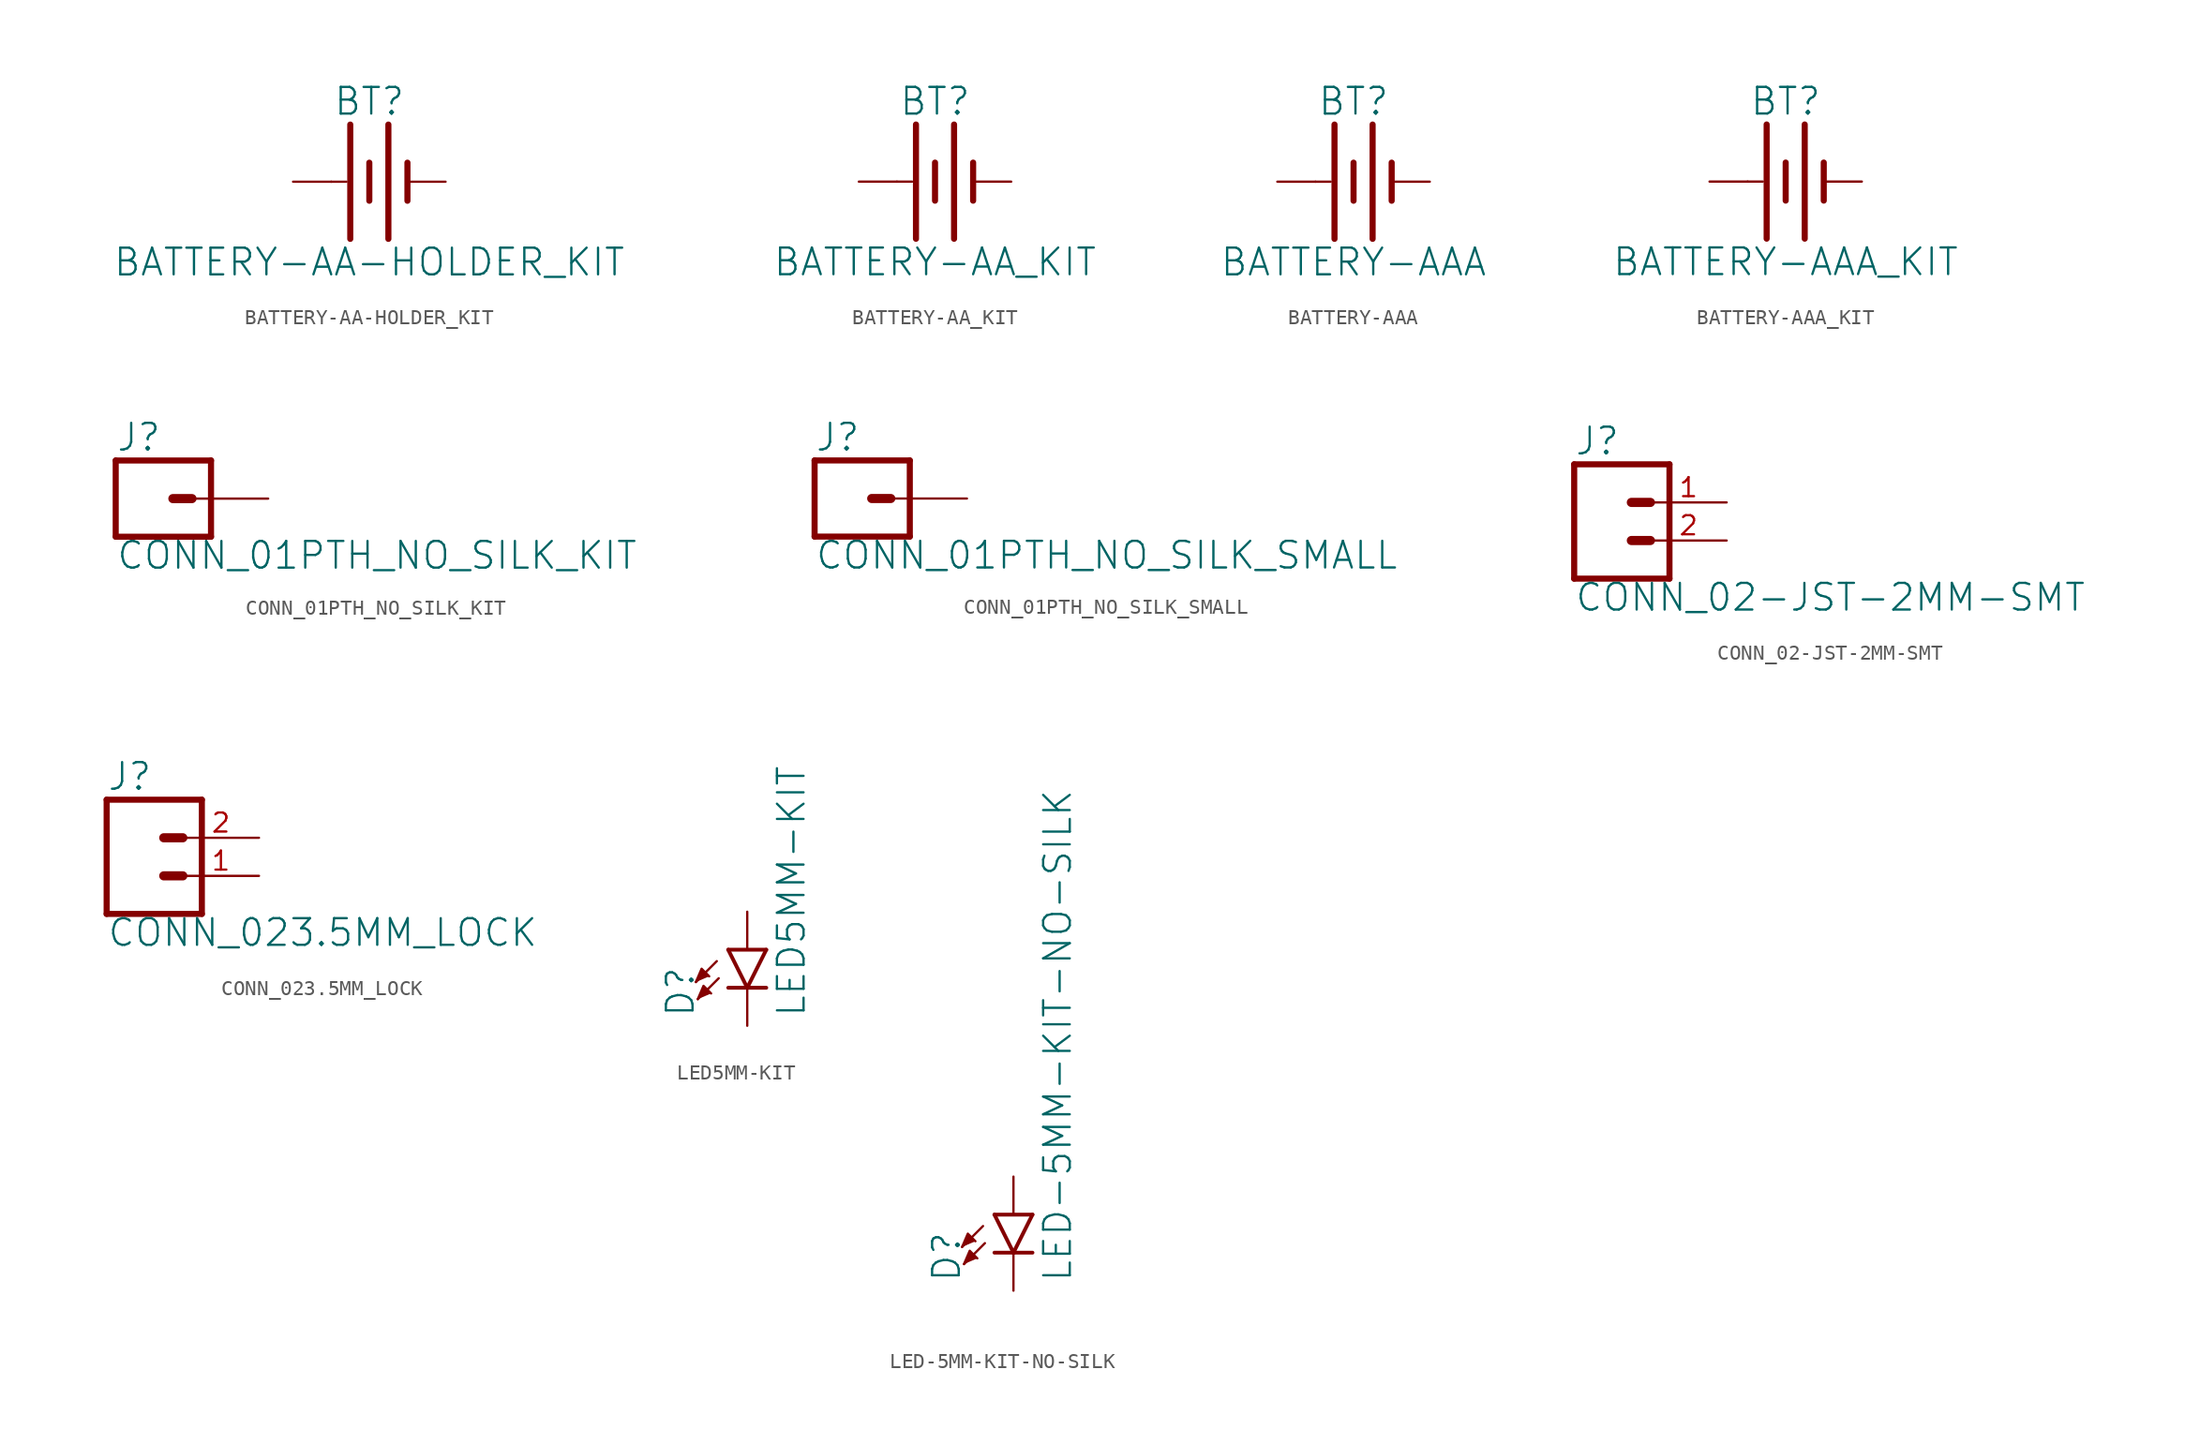
<source format=kicad_sym>
(kicad_symbol_lib
  (version 20211014)
  (generator kicad_symbol_editor)
  (symbol "BATTERY-AA-HOLDER_KIT"
    (property "Reference" "BT"
      (at 0 4.318 0)
      (effects (font (size 1.778 1.778)) (justify bottom)))
    (property "Value" "BATTERY-AA-HOLDER_KIT"
      (at 0 -4.318 0)
      (effects (font (size 1.778 1.778)) (justify top)))
    (property "ki_locked" ""
      (at 0 0 0)
      (effects (font (size 1.27 1.27))))
    (symbol "BATTERY-AA-HOLDER_KIT_1_0"
      (polyline (pts (xy -2.54 0) (xy -1.524 0)) (stroke (width 0.152) (type default) (color 0 0 0 0)) (fill (type none)))
      (polyline (pts (xy -1.27 3.81) (xy -1.27 -3.81)) (stroke (width 0.406) (type default) (color 0 0 0 0)) (fill (type none)))
      (polyline (pts (xy 0 1.27) (xy 0 -1.27)) (stroke (width 0.406) (type default) (color 0 0 0 0)) (fill (type none)))
      (polyline (pts (xy 1.27 3.81) (xy 1.27 -3.81)) (stroke (width 0.406) (type default) (color 0 0 0 0)) (fill (type none)))
      (polyline (pts (xy 2.54 1.27) (xy 2.54 -1.27)) (stroke (width 0.406) (type default) (color 0 0 0 0)) (fill (type none)))
      (pin power_in line (at 5.08 0 180) (length 2.54) (name "-" (effects (font (size 0 0)))) (number "N" (effects (font (size 0 0)))))
      (pin power_in line (at -5.08 0 0) (length 2.54) (name "+" (effects (font (size 0 0)))) (number "P" (effects (font (size 0 0)))))))
  (symbol "BATTERY-AA_KIT"
    (property "Reference" "BT"
      (at 0 4.318 0)
      (effects (font (size 1.778 1.778)) (justify bottom)))
    (property "Value" "BATTERY-AA_KIT"
      (at 0 -4.318 0)
      (effects (font (size 1.778 1.778)) (justify top)))
    (property "ki_locked" ""
      (at 0 0 0)
      (effects (font (size 1.27 1.27))))
    (symbol "BATTERY-AA_KIT_1_0"
      (polyline (pts (xy -2.54 0) (xy -1.524 0)) (stroke (width 0.152) (type default) (color 0 0 0 0)) (fill (type none)))
      (polyline (pts (xy -1.27 3.81) (xy -1.27 -3.81)) (stroke (width 0.406) (type default) (color 0 0 0 0)) (fill (type none)))
      (polyline (pts (xy 0 1.27) (xy 0 -1.27)) (stroke (width 0.406) (type default) (color 0 0 0 0)) (fill (type none)))
      (polyline (pts (xy 1.27 3.81) (xy 1.27 -3.81)) (stroke (width 0.406) (type default) (color 0 0 0 0)) (fill (type none)))
      (polyline (pts (xy 2.54 1.27) (xy 2.54 -1.27)) (stroke (width 0.406) (type default) (color 0 0 0 0)) (fill (type none)))
      (pin power_in line (at 5.08 0 180) (length 2.54) (name "-" (effects (font (size 0 0)))) (number "GND@1" (effects (font (size 0 0)))))
      (pin power_in line (at -5.08 0 0) (length 2.54) (name "+" (effects (font (size 0 0)))) (number "PWR@1" (effects (font (size 0 0)))))))
  (symbol "BATTERY-AAA"
    (property "Reference" "BT"
      (at 0 4.318 0)
      (effects (font (size 1.778 1.778)) (justify bottom)))
    (property "Value" "BATTERY-AAA"
      (at 0 -4.318 0)
      (effects (font (size 1.778 1.778)) (justify top)))
    (property "ki_locked" ""
      (at 0 0 0)
      (effects (font (size 1.27 1.27))))
    (symbol "BATTERY-AAA_1_0"
      (polyline (pts (xy -2.54 0) (xy -1.524 0)) (stroke (width 0.152) (type default) (color 0 0 0 0)) (fill (type none)))
      (polyline (pts (xy -1.27 3.81) (xy -1.27 -3.81)) (stroke (width 0.406) (type default) (color 0 0 0 0)) (fill (type none)))
      (polyline (pts (xy 0 1.27) (xy 0 -1.27)) (stroke (width 0.406) (type default) (color 0 0 0 0)) (fill (type none)))
      (polyline (pts (xy 1.27 3.81) (xy 1.27 -3.81)) (stroke (width 0.406) (type default) (color 0 0 0 0)) (fill (type none)))
      (polyline (pts (xy 2.54 1.27) (xy 2.54 -1.27)) (stroke (width 0.406) (type default) (color 0 0 0 0)) (fill (type none)))
      (pin power_in line (at 5.08 0 180) (length 2.54) (name "-" (effects (font (size 0 0)))) (number "GND@1" (effects (font (size 0 0)))))
      (pin power_in line (at -5.08 0 0) (length 2.54) (name "+" (effects (font (size 0 0)))) (number "PWR@1" (effects (font (size 0 0)))))))
  (symbol "BATTERY-AAA_KIT"
    (property "Reference" "BT"
      (at 0 4.318 0)
      (effects (font (size 1.778 1.778)) (justify bottom)))
    (property "Value" "BATTERY-AAA_KIT"
      (at 0 -4.318 0)
      (effects (font (size 1.778 1.778)) (justify top)))
    (property "ki_locked" ""
      (at 0 0 0)
      (effects (font (size 1.27 1.27))))
    (symbol "BATTERY-AAA_KIT_1_0"
      (polyline (pts (xy -2.54 0) (xy -1.524 0)) (stroke (width 0.152) (type default) (color 0 0 0 0)) (fill (type none)))
      (polyline (pts (xy -1.27 3.81) (xy -1.27 -3.81)) (stroke (width 0.406) (type default) (color 0 0 0 0)) (fill (type none)))
      (polyline (pts (xy 0 1.27) (xy 0 -1.27)) (stroke (width 0.406) (type default) (color 0 0 0 0)) (fill (type none)))
      (polyline (pts (xy 1.27 3.81) (xy 1.27 -3.81)) (stroke (width 0.406) (type default) (color 0 0 0 0)) (fill (type none)))
      (polyline (pts (xy 2.54 1.27) (xy 2.54 -1.27)) (stroke (width 0.406) (type default) (color 0 0 0 0)) (fill (type none)))
      (pin power_in line (at 5.08 0 180) (length 2.54) (name "-" (effects (font (size 0 0)))) (number "GND@1" (effects (font (size 0 0)))))
      (pin power_in line (at -5.08 0 0) (length 2.54) (name "+" (effects (font (size 0 0)))) (number "PWR@1" (effects (font (size 0 0)))))))
  (symbol "CONN_01PTH_NO_SILK_KIT"
    (property "Reference" "J"
      (at -2.54 3.048 0)
      (effects (font (size 1.778 1.778)) (justify left bottom)))
    (property "Value" "CONN_01PTH_NO_SILK_KIT"
      (at -2.54 -4.826 0)
      (effects (font (size 1.778 1.778)) (justify left bottom)))
    (property "ki_locked" ""
      (at 0 0 0)
      (effects (font (size 1.27 1.27))))
    (symbol "CONN_01PTH_NO_SILK_KIT_1_0"
      (polyline (pts (xy -2.54 2.54) (xy -2.54 -2.54)) (stroke (width 0.406) (type default) (color 0 0 0 0)) (fill (type none)))
      (polyline (pts (xy -2.54 2.54) (xy 3.81 2.54)) (stroke (width 0.406) (type default) (color 0 0 0 0)) (fill (type none)))
      (polyline (pts (xy 1.27 0) (xy 2.54 0)) (stroke (width 0.61) (type default) (color 0 0 0 0)) (fill (type none)))
      (polyline (pts (xy 3.81 -2.54) (xy -2.54 -2.54)) (stroke (width 0.406) (type default) (color 0 0 0 0)) (fill (type none)))
      (polyline (pts (xy 3.81 -2.54) (xy 3.81 2.54)) (stroke (width 0.406) (type default) (color 0 0 0 0)) (fill (type none)))
      (pin passive line (at 7.62 0 180) (length 5.08) (name "1" (effects (font (size 0 0)))) (number "1" (effects (font (size 0 0)))))))
  (symbol "CONN_01PTH_NO_SILK_SMALL"
    (property "Reference" "J"
      (at -2.54 3.048 0)
      (effects (font (size 1.778 1.778)) (justify left bottom)))
    (property "Value" "CONN_01PTH_NO_SILK_SMALL"
      (at -2.54 -4.826 0)
      (effects (font (size 1.778 1.778)) (justify left bottom)))
    (property "ki_locked" ""
      (at 0 0 0)
      (effects (font (size 1.27 1.27))))
    (symbol "CONN_01PTH_NO_SILK_SMALL_1_0"
      (polyline (pts (xy -2.54 2.54) (xy -2.54 -2.54)) (stroke (width 0.406) (type default) (color 0 0 0 0)) (fill (type none)))
      (polyline (pts (xy -2.54 2.54) (xy 3.81 2.54)) (stroke (width 0.406) (type default) (color 0 0 0 0)) (fill (type none)))
      (polyline (pts (xy 1.27 0) (xy 2.54 0)) (stroke (width 0.61) (type default) (color 0 0 0 0)) (fill (type none)))
      (polyline (pts (xy 3.81 -2.54) (xy -2.54 -2.54)) (stroke (width 0.406) (type default) (color 0 0 0 0)) (fill (type none)))
      (polyline (pts (xy 3.81 -2.54) (xy 3.81 2.54)) (stroke (width 0.406) (type default) (color 0 0 0 0)) (fill (type none)))
      (pin passive line (at 7.62 0 180) (length 5.08) (name "1" (effects (font (size 0 0)))) (number "P$1" (effects (font (size 0 0)))))))
  (symbol "CONN_02-JST-2MM-SMT"
    (property "Reference" "J"
      (at -2.54 5.588 0)
      (effects (font (size 1.778 1.778)) (justify left bottom)))
    (property "Value" "CONN_02-JST-2MM-SMT"
      (at -2.54 -4.826 0)
      (effects (font (size 1.778 1.778)) (justify left bottom)))
    (property "ki_locked" ""
      (at 0 0 0)
      (effects (font (size 1.27 1.27))))
    (symbol "CONN_02-JST-2MM-SMT_1_0"
      (polyline (pts (xy -2.54 5.08) (xy -2.54 -2.54)) (stroke (width 0.406) (type default) (color 0 0 0 0)) (fill (type none)))
      (polyline (pts (xy -2.54 5.08) (xy 3.81 5.08)) (stroke (width 0.406) (type default) (color 0 0 0 0)) (fill (type none)))
      (polyline (pts (xy 1.27 0) (xy 2.54 0)) (stroke (width 0.61) (type default) (color 0 0 0 0)) (fill (type none)))
      (polyline (pts (xy 1.27 2.54) (xy 2.54 2.54)) (stroke (width 0.61) (type default) (color 0 0 0 0)) (fill (type none)))
      (polyline (pts (xy 3.81 -2.54) (xy -2.54 -2.54)) (stroke (width 0.406) (type default) (color 0 0 0 0)) (fill (type none)))
      (polyline (pts (xy 3.81 -2.54) (xy 3.81 5.08)) (stroke (width 0.406) (type default) (color 0 0 0 0)) (fill (type none)))
      (pin passive line (at 7.62 2.54 180) (length 5.08) (name "2" (effects (font (size 0 0)))) (number "1" (effects (font (size 1.27 1.27)))))
      (pin passive line (at 7.62 0 180) (length 5.08) (name "1" (effects (font (size 0 0)))) (number "2" (effects (font (size 1.27 1.27)))))))
  (symbol "CONN_023.5MM_LOCK"
    (property "Reference" "J"
      (at -2.54 5.588 0)
      (effects (font (size 1.778 1.778)) (justify left bottom)))
    (property "Value" "CONN_023.5MM_LOCK"
      (at -2.54 -4.826 0)
      (effects (font (size 1.778 1.778)) (justify left bottom)))
    (property "ki_locked" ""
      (at 0 0 0)
      (effects (font (size 1.27 1.27))))
    (symbol "CONN_023.5MM_LOCK_1_0"
      (polyline (pts (xy -2.54 5.08) (xy -2.54 -2.54)) (stroke (width 0.406) (type default) (color 0 0 0 0)) (fill (type none)))
      (polyline (pts (xy -2.54 5.08) (xy 3.81 5.08)) (stroke (width 0.406) (type default) (color 0 0 0 0)) (fill (type none)))
      (polyline (pts (xy 1.27 0) (xy 2.54 0)) (stroke (width 0.61) (type default) (color 0 0 0 0)) (fill (type none)))
      (polyline (pts (xy 1.27 2.54) (xy 2.54 2.54)) (stroke (width 0.61) (type default) (color 0 0 0 0)) (fill (type none)))
      (polyline (pts (xy 3.81 -2.54) (xy -2.54 -2.54)) (stroke (width 0.406) (type default) (color 0 0 0 0)) (fill (type none)))
      (polyline (pts (xy 3.81 -2.54) (xy 3.81 5.08)) (stroke (width 0.406) (type default) (color 0 0 0 0)) (fill (type none)))
      (pin passive line (at 7.62 0 180) (length 5.08) (name "1" (effects (font (size 0 0)))) (number "1" (effects (font (size 1.27 1.27)))))
      (pin passive line (at 7.62 2.54 180) (length 5.08) (name "2" (effects (font (size 0 0)))) (number "2" (effects (font (size 1.27 1.27)))))))
  (symbol "LED5MM-KIT"
    (property "Reference" "D"
      (at -3.429 -4.572 90)
      (effects (font (size 1.778 1.778)) (justify left bottom)))
    (property "Value" "LED5MM-KIT"
      (at 1.905 -4.572 90)
      (effects (font (size 1.778 1.778)) (justify left top)))
    (property "ki_locked" ""
      (at 0 0 0)
      (effects (font (size 1.27 1.27))))
    (symbol "LED5MM-KIT_1_0"
      (polyline (pts (xy -2.032 -0.762) (xy -3.429 -2.159)) (stroke (width 0.152) (type default) (color 0 0 0 0)) (fill (type none)))
      (polyline (pts (xy -1.905 -1.905) (xy -3.302 -3.302)) (stroke (width 0.152) (type default) (color 0 0 0 0)) (fill (type none)))
      (polyline (pts (xy 0 -2.54) (xy -1.27 -2.54)) (stroke (width 0.254) (type default) (color 0 0 0 0)) (fill (type none)))
      (polyline (pts (xy 0 -2.54) (xy -1.27 0)) (stroke (width 0.254) (type default) (color 0 0 0 0)) (fill (type none)))
      (polyline (pts (xy 1.27 -2.54) (xy 0 -2.54)) (stroke (width 0.254) (type default) (color 0 0 0 0)) (fill (type none)))
      (polyline (pts (xy 1.27 0) (xy -1.27 0)) (stroke (width 0.254) (type default) (color 0 0 0 0)) (fill (type none)))
      (polyline (pts (xy 1.27 0) (xy 0 -2.54)) (stroke (width 0.254) (type default) (color 0 0 0 0)) (fill (type none)))
      (polyline (pts (xy -3.429 -2.159) (xy -3.048 -1.27) (xy -2.54 -1.778)) (stroke (width 0) (type default) (color 0 0 0 0)) (fill (type outline)))
      (polyline (pts (xy -3.302 -3.302) (xy -2.921 -2.413) (xy -2.413 -2.921)) (stroke (width 0) (type default) (color 0 0 0 0)) (fill (type outline)))
      (pin passive line (at 0 2.54 270) (length 2.54) (name "A" (effects (font (size 0 0)))) (number "A" (effects (font (size 0 0)))))
      (pin passive line (at 0 -5.08 90) (length 2.54) (name "C" (effects (font (size 0 0)))) (number "K" (effects (font (size 0 0)))))))
  (symbol "LED-5MM-KIT-NO-SILK"
    (property "Reference" "D"
      (at -3.429 -4.572 90)
      (effects (font (size 1.778 1.778)) (justify left bottom)))
    (property "Value" "LED-5MM-KIT-NO-SILK"
      (at 1.905 -4.572 90)
      (effects (font (size 1.778 1.778)) (justify left top)))
    (property "ki_locked" ""
      (at 0 0 0)
      (effects (font (size 1.27 1.27))))
    (symbol "LED-5MM-KIT-NO-SILK_1_0"
      (polyline (pts (xy -2.032 -0.762) (xy -3.429 -2.159)) (stroke (width 0.152) (type default) (color 0 0 0 0)) (fill (type none)))
      (polyline (pts (xy -1.905 -1.905) (xy -3.302 -3.302)) (stroke (width 0.152) (type default) (color 0 0 0 0)) (fill (type none)))
      (polyline (pts (xy 0 -2.54) (xy -1.27 -2.54)) (stroke (width 0.254) (type default) (color 0 0 0 0)) (fill (type none)))
      (polyline (pts (xy 0 -2.54) (xy -1.27 0)) (stroke (width 0.254) (type default) (color 0 0 0 0)) (fill (type none)))
      (polyline (pts (xy 1.27 -2.54) (xy 0 -2.54)) (stroke (width 0.254) (type default) (color 0 0 0 0)) (fill (type none)))
      (polyline (pts (xy 1.27 0) (xy -1.27 0)) (stroke (width 0.254) (type default) (color 0 0 0 0)) (fill (type none)))
      (polyline (pts (xy 1.27 0) (xy 0 -2.54)) (stroke (width 0.254) (type default) (color 0 0 0 0)) (fill (type none)))
      (polyline (pts (xy -3.429 -2.159) (xy -3.048 -1.27) (xy -2.54 -1.778)) (stroke (width 0) (type default) (color 0 0 0 0)) (fill (type outline)))
      (polyline (pts (xy -3.302 -3.302) (xy -2.921 -2.413) (xy -2.413 -2.921)) (stroke (width 0) (type default) (color 0 0 0 0)) (fill (type outline)))
      (pin passive line (at 0 2.54 270) (length 2.54) (name "A" (effects (font (size 0 0)))) (number "A" (effects (font (size 0 0)))))
      (pin passive line (at 0 -5.08 90) (length 2.54) (name "C" (effects (font (size 0 0)))) (number "K" (effects (font (size 0 0))))))))
</source>
